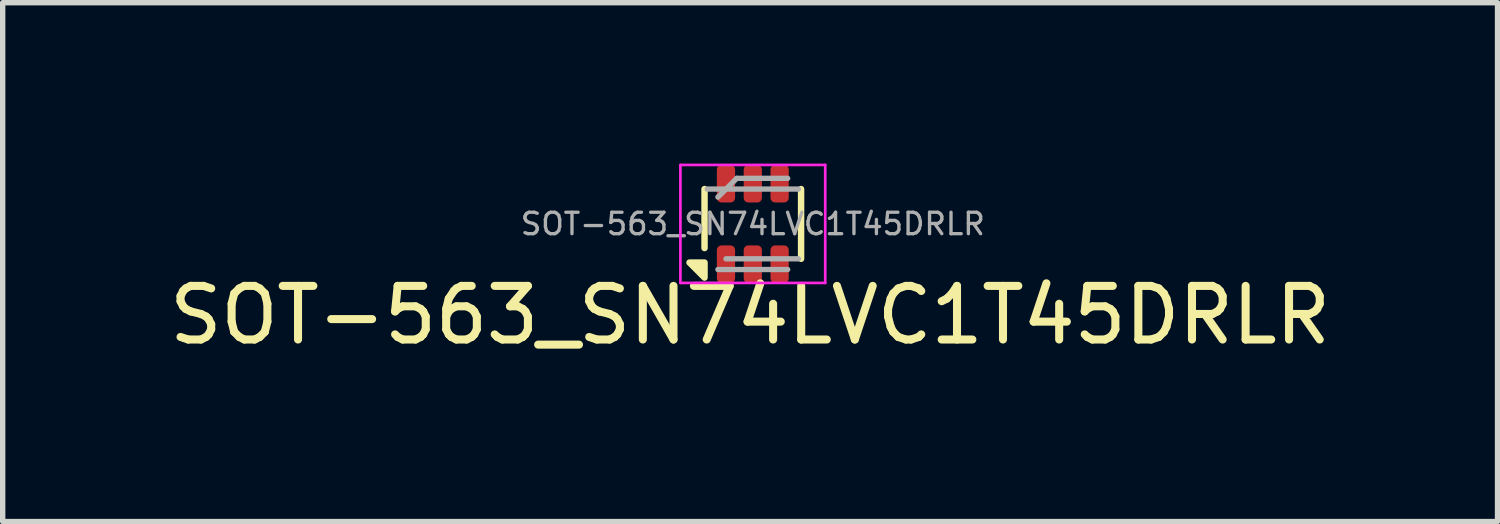
<source format=kicad_pcb>
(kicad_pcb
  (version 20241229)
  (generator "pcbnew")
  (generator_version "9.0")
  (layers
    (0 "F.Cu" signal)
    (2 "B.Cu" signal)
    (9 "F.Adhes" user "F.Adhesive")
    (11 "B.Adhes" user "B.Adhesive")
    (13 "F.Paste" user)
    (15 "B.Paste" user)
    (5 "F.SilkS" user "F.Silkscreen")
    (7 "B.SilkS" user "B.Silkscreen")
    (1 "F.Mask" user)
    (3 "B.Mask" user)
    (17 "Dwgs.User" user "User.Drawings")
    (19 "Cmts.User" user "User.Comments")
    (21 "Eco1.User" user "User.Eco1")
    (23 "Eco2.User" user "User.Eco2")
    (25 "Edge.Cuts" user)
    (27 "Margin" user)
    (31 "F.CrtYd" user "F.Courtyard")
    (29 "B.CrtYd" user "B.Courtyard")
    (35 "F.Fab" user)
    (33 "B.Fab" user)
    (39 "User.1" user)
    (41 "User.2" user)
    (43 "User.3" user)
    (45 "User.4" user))
  (footprint "SOT-563_SN74LVC1T45DRLR"
    (layer "F.Cu")
    (at 10.985 1.125)
    (property "Reference" "SOT-563_SN74LVC1T45DRLR" (at -0.05 1.7 0) (layer "F.SilkS") (effects (font (size 1 1) (thickness 0.15))))
    (attr smd)
    (fp_line (start -0.9 -0.65) (end -0.9 0.45) (stroke (width 0.12) (type solid)) (layer "F.SilkS"))
    (fp_line (start 0.9 -0.65) (end 0.9 0.65) (stroke (width 0.12) (type solid)) (layer "F.SilkS"))
    (fp_poly (pts (xy -0.9 0.72) (xy -0.9 1) (xy -1.18 0.72) (xy -0.9 0.72)) (stroke (width 0.12) (type solid)) (fill yes) (layer "F.SilkS"))
    (fp_line (start -1.35 -1.1) (end -1.35 1.1) (stroke (width 0.05) (type solid)) (layer "F.CrtYd"))
    (fp_line (start -1.35 -1.1) (end 1.35 -1.1) (stroke (width 0.05) (type solid)) (layer "F.CrtYd"))
    (fp_line (start 1.35 1.1) (end -1.35 1.1) (stroke (width 0.05) (type solid)) (layer "F.CrtYd"))
    (fp_line (start 1.35 1.1) (end 1.35 -1.1) (stroke (width 0.05) (type solid)) (layer "F.CrtYd"))
    (fp_line (start -0.65 -0.5) (end -0.3 -0.85) (stroke (width 0.1) (type solid)) (layer "F.Fab"))
    (fp_line (start -0.65 0.85) (end 0.65 0.85) (stroke (width 0.1) (type solid)) (layer "F.Fab"))
    (fp_line (start -0.5 0.65) (end 0.85 0.65) (stroke (width 0.1) (type solid)) (layer "F.Fab"))
    (fp_line (start 0.65 -0.85) (end -0.3 -0.85) (stroke (width 0.1) (type solid)) (layer "F.Fab"))
    (fp_line (start 0.85 -0.65) (end -0.85 -0.65) (stroke (width 0.1) (type solid)) (layer "F.Fab"))
    (fp_text user "${REFERENCE}" (at 0 0 180) (layer "F.Fab") (effects (font (size 0.4 0.4) (thickness 0.062))))
    (pad "1" smd roundrect (at -0.5 0.75 90) (size 0.7 0.34) (layers "F.Cu" "F.Mask" "F.Paste") (roundrect_rratio 0.25))
    (pad "2" smd roundrect (at 0 0.75 90) (size 0.7 0.34) (layers "F.Cu" "F.Mask" "F.Paste") (roundrect_rratio 0.25))
    (pad "3" smd roundrect (at 0.5 0.75 90) (size 0.7 0.34) (layers "F.Cu" "F.Mask" "F.Paste") (roundrect_rratio 0.25))
    (pad "4" smd roundrect (at 0.5 -0.75 90) (size 0.7 0.34) (layers "F.Cu" "F.Mask" "F.Paste") (roundrect_rratio 0.25))
    (pad "5" smd roundrect (at 0 -0.75 90) (size 0.7 0.34) (layers "F.Cu" "F.Mask" "F.Paste") (roundrect_rratio 0.25))
    (pad "6" smd roundrect (at -0.5 -0.75 90) (size 0.7 0.34) (layers "F.Cu" "F.Mask" "F.Paste") (roundrect_rratio 0.25)))
  (gr_rect
    (start -3 -3)
    (end 24.869 6.673)
    (stroke (width 0.1) (type default))
    (fill no)
    (layer "Edge.Cuts")))
</source>
